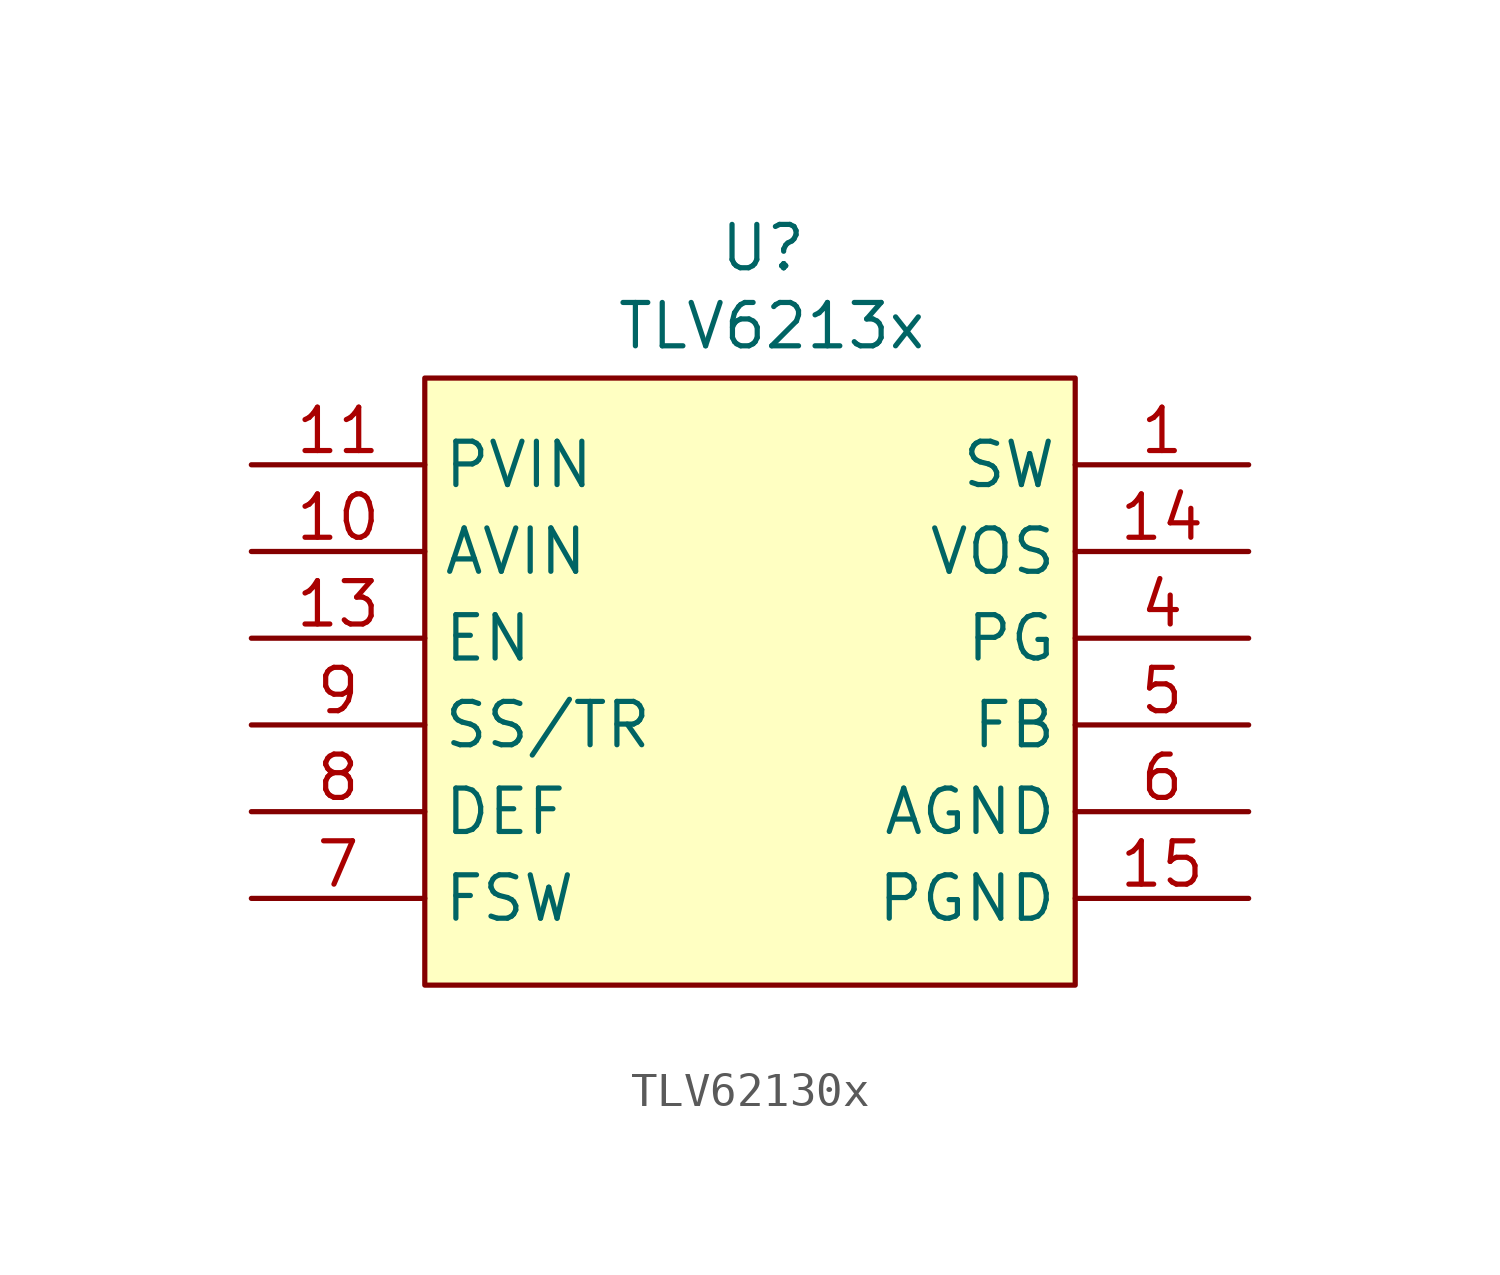
<source format=kicad_sym>
(kicad_symbol_lib
  (version 20241209)
  (generator "kicad_symbol_editor")
  (generator_version "9.0")
  (symbol "TLV62130x"
    (property "Reference" "U"
      (at 9.906 3.81 0)
      (effects (font (size 1.27 1.27))))
    (property "Value" "TLV6213x"
      (at 10.16 1.524 0)
      (effects (font (size 1.27 1.27))))
    (symbol "TLV62130x_1_1"
      (rectangle (start 0 0) (end 19.05 -17.78) (stroke (width 0) (type solid)) (fill (type background)))
      (pin power_in line (at -5.08 -2.54 0) (length 5.08) (name "PVIN" (effects (font (size 1.27 1.27)))) (number "11" (effects (font (size 1.27 1.27)))))
      (pin power_in line (at -5.08 -2.54 0) (length 5.08) (hide yes) (name "PVIN" (effects (font (size 1.27 1.27)))) (number "12" (effects (font (size 1.27 1.27)))))
      (pin power_in line (at -5.08 -5.08 0) (length 5.08) (name "AVIN" (effects (font (size 1.27 1.27)))) (number "10" (effects (font (size 1.27 1.27)))))
      (pin input line (at -5.08 -7.62 0) (length 5.08) (name "EN" (effects (font (size 1.27 1.27)))) (number "13" (effects (font (size 1.27 1.27)))))
      (pin passive line (at -5.08 -10.16 0) (length 5.08) (name "SS/TR" (effects (font (size 1.27 1.27)))) (number "9" (effects (font (size 1.27 1.27)))))
      (pin passive line (at -5.08 -12.7 0) (length 5.08) (name "DEF" (effects (font (size 1.27 1.27)))) (number "8" (effects (font (size 1.27 1.27)))))
      (pin passive line (at -5.08 -15.24 0) (length 5.08) (name "FSW" (effects (font (size 1.27 1.27)))) (number "7" (effects (font (size 1.27 1.27)))))
      (pin power_out line (at 24.13 -2.54 180) (length 5.08) (name "SW" (effects (font (size 1.27 1.27)))) (number "1" (effects (font (size 1.27 1.27)))))
      (pin power_out line (at 24.13 -2.54 180) (length 5.08) (hide yes) (name "SW" (effects (font (size 1.27 1.27)))) (number "2" (effects (font (size 1.27 1.27)))))
      (pin power_out line (at 24.13 -2.54 180) (length 5.08) (hide yes) (name "SW" (effects (font (size 1.27 1.27)))) (number "3" (effects (font (size 1.27 1.27)))))
      (pin input line (at 24.13 -5.08 180) (length 5.08) (name "VOS" (effects (font (size 1.27 1.27)))) (number "14" (effects (font (size 1.27 1.27)))))
      (pin output line (at 24.13 -7.62 180) (length 5.08) (name "PG" (effects (font (size 1.27 1.27)))) (number "4" (effects (font (size 1.27 1.27)))))
      (pin input line (at 24.13 -10.16 180) (length 5.08) (name "FB" (effects (font (size 1.27 1.27)))) (number "5" (effects (font (size 1.27 1.27)))))
      (pin power_in line (at 24.13 -12.7 180) (length 5.08) (name "AGND" (effects (font (size 1.27 1.27)))) (number "6" (effects (font (size 1.27 1.27)))))
      (pin power_in line (at 24.13 -15.24 180) (length 5.08) (name "PGND" (effects (font (size 1.27 1.27)))) (number "15" (effects (font (size 1.27 1.27)))))
      (pin power_in line (at 24.13 -15.24 180) (length 5.08) (hide yes) (name "PGND" (effects (font (size 1.27 1.27)))) (number "16" (effects (font (size 1.27 1.27)))))
      (pin power_in line (at 24.13 -15.24 180) (length 5.08) (hide yes) (name "TAP" (effects (font (size 1.27 1.27)))) (number "17" (effects (font (size 1.27 1.27))))))))
</source>
